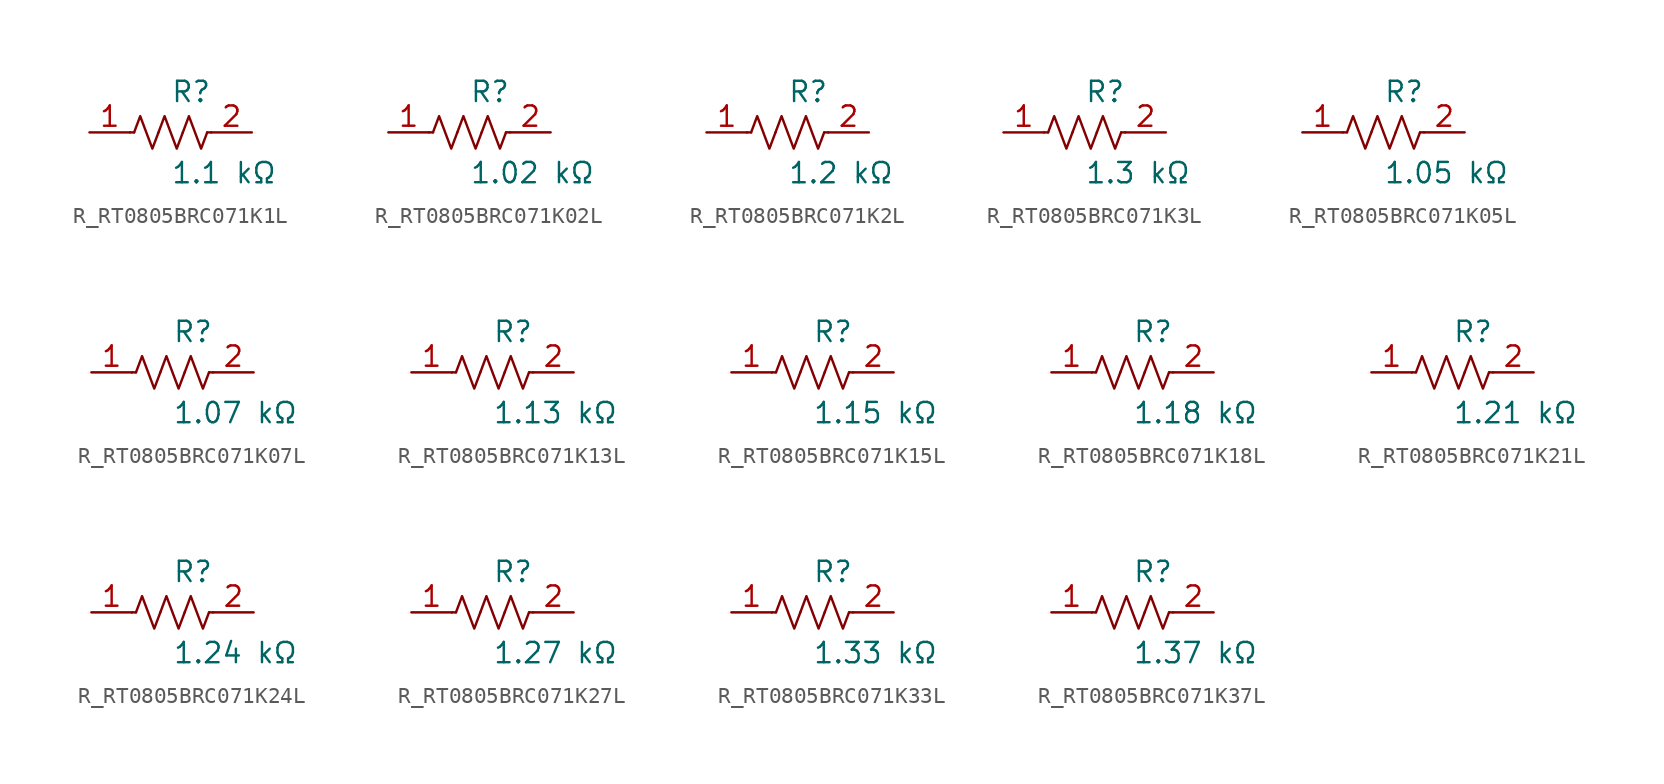
<source format=kicad_sym>
(kicad_symbol_lib
  (version 20231120)
  (generator kicad_symbol_editor)
  (generator_version 8.0)
  (symbol "R_RT0805BRC071K1L"
    (pin_names
      (offset 0.254))
    (property "Reference" "R"
      (at 0 2.54 0)
      (effects (font (size 1.27 1.27)) (justify left)))
    (property "Value" "1.1 kΩ"
      (at 0 -2.54 0)
      (effects (font (size 1.27 1.27)) (justify left)))
    (symbol "R_RT0805BRC071K1L_0_1"
      (polyline (pts (xy 2.286 0) (xy 2.54 0)) (stroke (width 0) (type default)) (fill (type none)))
      (polyline (pts (xy -2.286 0) (xy -2.54 0)) (stroke (width 0) (type default)) (fill (type none)))
      (polyline (pts (xy 0.762 0) (xy 1.143 1.016) (xy 1.524 0) (xy 1.905 -1.016) (xy 2.286 0)) (stroke (width 0) (type default)) (fill (type none)))
      (polyline (pts (xy -0.762 0) (xy -0.381 1.016) (xy 0 0) (xy 0.381 -1.016) (xy 0.762 0)) (stroke (width 0) (type default)) (fill (type none)))
      (polyline (pts (xy -2.286 0) (xy -1.905 1.016) (xy -1.524 0) (xy -1.143 -1.016) (xy -0.762 0)) (stroke (width 0) (type default)) (fill (type none))))
    (pin unspecified line
      (at -5.08 0 0)
      (length 2.54)
      (name "" (effects (font (size 1.27 1.27))))
      (number "1" (effects (font (size 1.27 1.27)))))
    (pin unspecified line
      (at 5.08 0 180)
      (length 2.54)
      (name "" (effects (font (size 1.27 1.27))))
      (number "2" (effects (font (size 1.27 1.27))))))
  (symbol "R_RT0805BRC071K02L"
    (pin_names
      (offset 0.254))
    (property "Reference" "R"
      (at 0 2.54 0)
      (effects (font (size 1.27 1.27)) (justify left)))
    (property "Value" "1.02 kΩ"
      (at 0 -2.54 0)
      (effects (font (size 1.27 1.27)) (justify left)))
    (symbol "R_RT0805BRC071K02L_0_1"
      (polyline (pts (xy 2.286 0) (xy 2.54 0)) (stroke (width 0) (type default)) (fill (type none)))
      (polyline (pts (xy -2.286 0) (xy -2.54 0)) (stroke (width 0) (type default)) (fill (type none)))
      (polyline (pts (xy 0.762 0) (xy 1.143 1.016) (xy 1.524 0) (xy 1.905 -1.016) (xy 2.286 0)) (stroke (width 0) (type default)) (fill (type none)))
      (polyline (pts (xy -0.762 0) (xy -0.381 1.016) (xy 0 0) (xy 0.381 -1.016) (xy 0.762 0)) (stroke (width 0) (type default)) (fill (type none)))
      (polyline (pts (xy -2.286 0) (xy -1.905 1.016) (xy -1.524 0) (xy -1.143 -1.016) (xy -0.762 0)) (stroke (width 0) (type default)) (fill (type none))))
    (pin unspecified line
      (at -5.08 0 0)
      (length 2.54)
      (name "" (effects (font (size 1.27 1.27))))
      (number "1" (effects (font (size 1.27 1.27)))))
    (pin unspecified line
      (at 5.08 0 180)
      (length 2.54)
      (name "" (effects (font (size 1.27 1.27))))
      (number "2" (effects (font (size 1.27 1.27))))))
  (symbol "R_RT0805BRC071K2L"
    (pin_names
      (offset 0.254))
    (property "Reference" "R"
      (at 0 2.54 0)
      (effects (font (size 1.27 1.27)) (justify left)))
    (property "Value" "1.2 kΩ"
      (at 0 -2.54 0)
      (effects (font (size 1.27 1.27)) (justify left)))
    (symbol "R_RT0805BRC071K2L_0_1"
      (polyline (pts (xy 2.286 0) (xy 2.54 0)) (stroke (width 0) (type default)) (fill (type none)))
      (polyline (pts (xy -2.286 0) (xy -2.54 0)) (stroke (width 0) (type default)) (fill (type none)))
      (polyline (pts (xy 0.762 0) (xy 1.143 1.016) (xy 1.524 0) (xy 1.905 -1.016) (xy 2.286 0)) (stroke (width 0) (type default)) (fill (type none)))
      (polyline (pts (xy -0.762 0) (xy -0.381 1.016) (xy 0 0) (xy 0.381 -1.016) (xy 0.762 0)) (stroke (width 0) (type default)) (fill (type none)))
      (polyline (pts (xy -2.286 0) (xy -1.905 1.016) (xy -1.524 0) (xy -1.143 -1.016) (xy -0.762 0)) (stroke (width 0) (type default)) (fill (type none))))
    (pin unspecified line
      (at -5.08 0 0)
      (length 2.54)
      (name "" (effects (font (size 1.27 1.27))))
      (number "1" (effects (font (size 1.27 1.27)))))
    (pin unspecified line
      (at 5.08 0 180)
      (length 2.54)
      (name "" (effects (font (size 1.27 1.27))))
      (number "2" (effects (font (size 1.27 1.27))))))
  (symbol "R_RT0805BRC071K3L"
    (pin_names
      (offset 0.254))
    (property "Reference" "R"
      (at 0 2.54 0)
      (effects (font (size 1.27 1.27)) (justify left)))
    (property "Value" "1.3 kΩ"
      (at 0 -2.54 0)
      (effects (font (size 1.27 1.27)) (justify left)))
    (symbol "R_RT0805BRC071K3L_0_1"
      (polyline (pts (xy 2.286 0) (xy 2.54 0)) (stroke (width 0) (type default)) (fill (type none)))
      (polyline (pts (xy -2.286 0) (xy -2.54 0)) (stroke (width 0) (type default)) (fill (type none)))
      (polyline (pts (xy 0.762 0) (xy 1.143 1.016) (xy 1.524 0) (xy 1.905 -1.016) (xy 2.286 0)) (stroke (width 0) (type default)) (fill (type none)))
      (polyline (pts (xy -0.762 0) (xy -0.381 1.016) (xy 0 0) (xy 0.381 -1.016) (xy 0.762 0)) (stroke (width 0) (type default)) (fill (type none)))
      (polyline (pts (xy -2.286 0) (xy -1.905 1.016) (xy -1.524 0) (xy -1.143 -1.016) (xy -0.762 0)) (stroke (width 0) (type default)) (fill (type none))))
    (pin unspecified line
      (at -5.08 0 0)
      (length 2.54)
      (name "" (effects (font (size 1.27 1.27))))
      (number "1" (effects (font (size 1.27 1.27)))))
    (pin unspecified line
      (at 5.08 0 180)
      (length 2.54)
      (name "" (effects (font (size 1.27 1.27))))
      (number "2" (effects (font (size 1.27 1.27))))))
  (symbol "R_RT0805BRC071K05L"
    (pin_names
      (offset 0.254))
    (property "Reference" "R"
      (at 0 2.54 0)
      (effects (font (size 1.27 1.27)) (justify left)))
    (property "Value" "1.05 kΩ"
      (at 0 -2.54 0)
      (effects (font (size 1.27 1.27)) (justify left)))
    (symbol "R_RT0805BRC071K05L_0_1"
      (polyline (pts (xy 2.286 0) (xy 2.54 0)) (stroke (width 0) (type default)) (fill (type none)))
      (polyline (pts (xy -2.286 0) (xy -2.54 0)) (stroke (width 0) (type default)) (fill (type none)))
      (polyline (pts (xy 0.762 0) (xy 1.143 1.016) (xy 1.524 0) (xy 1.905 -1.016) (xy 2.286 0)) (stroke (width 0) (type default)) (fill (type none)))
      (polyline (pts (xy -0.762 0) (xy -0.381 1.016) (xy 0 0) (xy 0.381 -1.016) (xy 0.762 0)) (stroke (width 0) (type default)) (fill (type none)))
      (polyline (pts (xy -2.286 0) (xy -1.905 1.016) (xy -1.524 0) (xy -1.143 -1.016) (xy -0.762 0)) (stroke (width 0) (type default)) (fill (type none))))
    (pin unspecified line
      (at -5.08 0 0)
      (length 2.54)
      (name "" (effects (font (size 1.27 1.27))))
      (number "1" (effects (font (size 1.27 1.27)))))
    (pin unspecified line
      (at 5.08 0 180)
      (length 2.54)
      (name "" (effects (font (size 1.27 1.27))))
      (number "2" (effects (font (size 1.27 1.27))))))
  (symbol "R_RT0805BRC071K07L"
    (pin_names
      (offset 0.254))
    (property "Reference" "R"
      (at 0 2.54 0)
      (effects (font (size 1.27 1.27)) (justify left)))
    (property "Value" "1.07 kΩ"
      (at 0 -2.54 0)
      (effects (font (size 1.27 1.27)) (justify left)))
    (symbol "R_RT0805BRC071K07L_0_1"
      (polyline (pts (xy 2.286 0) (xy 2.54 0)) (stroke (width 0) (type default)) (fill (type none)))
      (polyline (pts (xy -2.286 0) (xy -2.54 0)) (stroke (width 0) (type default)) (fill (type none)))
      (polyline (pts (xy 0.762 0) (xy 1.143 1.016) (xy 1.524 0) (xy 1.905 -1.016) (xy 2.286 0)) (stroke (width 0) (type default)) (fill (type none)))
      (polyline (pts (xy -0.762 0) (xy -0.381 1.016) (xy 0 0) (xy 0.381 -1.016) (xy 0.762 0)) (stroke (width 0) (type default)) (fill (type none)))
      (polyline (pts (xy -2.286 0) (xy -1.905 1.016) (xy -1.524 0) (xy -1.143 -1.016) (xy -0.762 0)) (stroke (width 0) (type default)) (fill (type none))))
    (pin unspecified line
      (at -5.08 0 0)
      (length 2.54)
      (name "" (effects (font (size 1.27 1.27))))
      (number "1" (effects (font (size 1.27 1.27)))))
    (pin unspecified line
      (at 5.08 0 180)
      (length 2.54)
      (name "" (effects (font (size 1.27 1.27))))
      (number "2" (effects (font (size 1.27 1.27))))))
  (symbol "R_RT0805BRC071K13L"
    (pin_names
      (offset 0.254))
    (property "Reference" "R"
      (at 0 2.54 0)
      (effects (font (size 1.27 1.27)) (justify left)))
    (property "Value" "1.13 kΩ"
      (at 0 -2.54 0)
      (effects (font (size 1.27 1.27)) (justify left)))
    (symbol "R_RT0805BRC071K13L_0_1"
      (polyline (pts (xy 2.286 0) (xy 2.54 0)) (stroke (width 0) (type default)) (fill (type none)))
      (polyline (pts (xy -2.286 0) (xy -2.54 0)) (stroke (width 0) (type default)) (fill (type none)))
      (polyline (pts (xy 0.762 0) (xy 1.143 1.016) (xy 1.524 0) (xy 1.905 -1.016) (xy 2.286 0)) (stroke (width 0) (type default)) (fill (type none)))
      (polyline (pts (xy -0.762 0) (xy -0.381 1.016) (xy 0 0) (xy 0.381 -1.016) (xy 0.762 0)) (stroke (width 0) (type default)) (fill (type none)))
      (polyline (pts (xy -2.286 0) (xy -1.905 1.016) (xy -1.524 0) (xy -1.143 -1.016) (xy -0.762 0)) (stroke (width 0) (type default)) (fill (type none))))
    (pin unspecified line
      (at -5.08 0 0)
      (length 2.54)
      (name "" (effects (font (size 1.27 1.27))))
      (number "1" (effects (font (size 1.27 1.27)))))
    (pin unspecified line
      (at 5.08 0 180)
      (length 2.54)
      (name "" (effects (font (size 1.27 1.27))))
      (number "2" (effects (font (size 1.27 1.27))))))
  (symbol "R_RT0805BRC071K15L"
    (pin_names
      (offset 0.254))
    (property "Reference" "R"
      (at 0 2.54 0)
      (effects (font (size 1.27 1.27)) (justify left)))
    (property "Value" "1.15 kΩ"
      (at 0 -2.54 0)
      (effects (font (size 1.27 1.27)) (justify left)))
    (symbol "R_RT0805BRC071K15L_0_1"
      (polyline (pts (xy 2.286 0) (xy 2.54 0)) (stroke (width 0) (type default)) (fill (type none)))
      (polyline (pts (xy -2.286 0) (xy -2.54 0)) (stroke (width 0) (type default)) (fill (type none)))
      (polyline (pts (xy 0.762 0) (xy 1.143 1.016) (xy 1.524 0) (xy 1.905 -1.016) (xy 2.286 0)) (stroke (width 0) (type default)) (fill (type none)))
      (polyline (pts (xy -0.762 0) (xy -0.381 1.016) (xy 0 0) (xy 0.381 -1.016) (xy 0.762 0)) (stroke (width 0) (type default)) (fill (type none)))
      (polyline (pts (xy -2.286 0) (xy -1.905 1.016) (xy -1.524 0) (xy -1.143 -1.016) (xy -0.762 0)) (stroke (width 0) (type default)) (fill (type none))))
    (pin unspecified line
      (at -5.08 0 0)
      (length 2.54)
      (name "" (effects (font (size 1.27 1.27))))
      (number "1" (effects (font (size 1.27 1.27)))))
    (pin unspecified line
      (at 5.08 0 180)
      (length 2.54)
      (name "" (effects (font (size 1.27 1.27))))
      (number "2" (effects (font (size 1.27 1.27))))))
  (symbol "R_RT0805BRC071K18L"
    (pin_names
      (offset 0.254))
    (property "Reference" "R"
      (at 0 2.54 0)
      (effects (font (size 1.27 1.27)) (justify left)))
    (property "Value" "1.18 kΩ"
      (at 0 -2.54 0)
      (effects (font (size 1.27 1.27)) (justify left)))
    (symbol "R_RT0805BRC071K18L_0_1"
      (polyline (pts (xy 2.286 0) (xy 2.54 0)) (stroke (width 0) (type default)) (fill (type none)))
      (polyline (pts (xy -2.286 0) (xy -2.54 0)) (stroke (width 0) (type default)) (fill (type none)))
      (polyline (pts (xy 0.762 0) (xy 1.143 1.016) (xy 1.524 0) (xy 1.905 -1.016) (xy 2.286 0)) (stroke (width 0) (type default)) (fill (type none)))
      (polyline (pts (xy -0.762 0) (xy -0.381 1.016) (xy 0 0) (xy 0.381 -1.016) (xy 0.762 0)) (stroke (width 0) (type default)) (fill (type none)))
      (polyline (pts (xy -2.286 0) (xy -1.905 1.016) (xy -1.524 0) (xy -1.143 -1.016) (xy -0.762 0)) (stroke (width 0) (type default)) (fill (type none))))
    (pin unspecified line
      (at -5.08 0 0)
      (length 2.54)
      (name "" (effects (font (size 1.27 1.27))))
      (number "1" (effects (font (size 1.27 1.27)))))
    (pin unspecified line
      (at 5.08 0 180)
      (length 2.54)
      (name "" (effects (font (size 1.27 1.27))))
      (number "2" (effects (font (size 1.27 1.27))))))
  (symbol "R_RT0805BRC071K21L"
    (pin_names
      (offset 0.254))
    (property "Reference" "R"
      (at 0 2.54 0)
      (effects (font (size 1.27 1.27)) (justify left)))
    (property "Value" "1.21 kΩ"
      (at 0 -2.54 0)
      (effects (font (size 1.27 1.27)) (justify left)))
    (symbol "R_RT0805BRC071K21L_0_1"
      (polyline (pts (xy 2.286 0) (xy 2.54 0)) (stroke (width 0) (type default)) (fill (type none)))
      (polyline (pts (xy -2.286 0) (xy -2.54 0)) (stroke (width 0) (type default)) (fill (type none)))
      (polyline (pts (xy 0.762 0) (xy 1.143 1.016) (xy 1.524 0) (xy 1.905 -1.016) (xy 2.286 0)) (stroke (width 0) (type default)) (fill (type none)))
      (polyline (pts (xy -0.762 0) (xy -0.381 1.016) (xy 0 0) (xy 0.381 -1.016) (xy 0.762 0)) (stroke (width 0) (type default)) (fill (type none)))
      (polyline (pts (xy -2.286 0) (xy -1.905 1.016) (xy -1.524 0) (xy -1.143 -1.016) (xy -0.762 0)) (stroke (width 0) (type default)) (fill (type none))))
    (pin unspecified line
      (at -5.08 0 0)
      (length 2.54)
      (name "" (effects (font (size 1.27 1.27))))
      (number "1" (effects (font (size 1.27 1.27)))))
    (pin unspecified line
      (at 5.08 0 180)
      (length 2.54)
      (name "" (effects (font (size 1.27 1.27))))
      (number "2" (effects (font (size 1.27 1.27))))))
  (symbol "R_RT0805BRC071K24L"
    (pin_names
      (offset 0.254))
    (property "Reference" "R"
      (at 0 2.54 0)
      (effects (font (size 1.27 1.27)) (justify left)))
    (property "Value" "1.24 kΩ"
      (at 0 -2.54 0)
      (effects (font (size 1.27 1.27)) (justify left)))
    (symbol "R_RT0805BRC071K24L_0_1"
      (polyline (pts (xy 2.286 0) (xy 2.54 0)) (stroke (width 0) (type default)) (fill (type none)))
      (polyline (pts (xy -2.286 0) (xy -2.54 0)) (stroke (width 0) (type default)) (fill (type none)))
      (polyline (pts (xy 0.762 0) (xy 1.143 1.016) (xy 1.524 0) (xy 1.905 -1.016) (xy 2.286 0)) (stroke (width 0) (type default)) (fill (type none)))
      (polyline (pts (xy -0.762 0) (xy -0.381 1.016) (xy 0 0) (xy 0.381 -1.016) (xy 0.762 0)) (stroke (width 0) (type default)) (fill (type none)))
      (polyline (pts (xy -2.286 0) (xy -1.905 1.016) (xy -1.524 0) (xy -1.143 -1.016) (xy -0.762 0)) (stroke (width 0) (type default)) (fill (type none))))
    (pin unspecified line
      (at -5.08 0 0)
      (length 2.54)
      (name "" (effects (font (size 1.27 1.27))))
      (number "1" (effects (font (size 1.27 1.27)))))
    (pin unspecified line
      (at 5.08 0 180)
      (length 2.54)
      (name "" (effects (font (size 1.27 1.27))))
      (number "2" (effects (font (size 1.27 1.27))))))
  (symbol "R_RT0805BRC071K27L"
    (pin_names
      (offset 0.254))
    (property "Reference" "R"
      (at 0 2.54 0)
      (effects (font (size 1.27 1.27)) (justify left)))
    (property "Value" "1.27 kΩ"
      (at 0 -2.54 0)
      (effects (font (size 1.27 1.27)) (justify left)))
    (symbol "R_RT0805BRC071K27L_0_1"
      (polyline (pts (xy 2.286 0) (xy 2.54 0)) (stroke (width 0) (type default)) (fill (type none)))
      (polyline (pts (xy -2.286 0) (xy -2.54 0)) (stroke (width 0) (type default)) (fill (type none)))
      (polyline (pts (xy 0.762 0) (xy 1.143 1.016) (xy 1.524 0) (xy 1.905 -1.016) (xy 2.286 0)) (stroke (width 0) (type default)) (fill (type none)))
      (polyline (pts (xy -0.762 0) (xy -0.381 1.016) (xy 0 0) (xy 0.381 -1.016) (xy 0.762 0)) (stroke (width 0) (type default)) (fill (type none)))
      (polyline (pts (xy -2.286 0) (xy -1.905 1.016) (xy -1.524 0) (xy -1.143 -1.016) (xy -0.762 0)) (stroke (width 0) (type default)) (fill (type none))))
    (pin unspecified line
      (at -5.08 0 0)
      (length 2.54)
      (name "" (effects (font (size 1.27 1.27))))
      (number "1" (effects (font (size 1.27 1.27)))))
    (pin unspecified line
      (at 5.08 0 180)
      (length 2.54)
      (name "" (effects (font (size 1.27 1.27))))
      (number "2" (effects (font (size 1.27 1.27))))))
  (symbol "R_RT0805BRC071K33L"
    (pin_names
      (offset 0.254))
    (property "Reference" "R"
      (at 0 2.54 0)
      (effects (font (size 1.27 1.27)) (justify left)))
    (property "Value" "1.33 kΩ"
      (at 0 -2.54 0)
      (effects (font (size 1.27 1.27)) (justify left)))
    (symbol "R_RT0805BRC071K33L_0_1"
      (polyline (pts (xy 2.286 0) (xy 2.54 0)) (stroke (width 0) (type default)) (fill (type none)))
      (polyline (pts (xy -2.286 0) (xy -2.54 0)) (stroke (width 0) (type default)) (fill (type none)))
      (polyline (pts (xy 0.762 0) (xy 1.143 1.016) (xy 1.524 0) (xy 1.905 -1.016) (xy 2.286 0)) (stroke (width 0) (type default)) (fill (type none)))
      (polyline (pts (xy -0.762 0) (xy -0.381 1.016) (xy 0 0) (xy 0.381 -1.016) (xy 0.762 0)) (stroke (width 0) (type default)) (fill (type none)))
      (polyline (pts (xy -2.286 0) (xy -1.905 1.016) (xy -1.524 0) (xy -1.143 -1.016) (xy -0.762 0)) (stroke (width 0) (type default)) (fill (type none))))
    (pin unspecified line
      (at -5.08 0 0)
      (length 2.54)
      (name "" (effects (font (size 1.27 1.27))))
      (number "1" (effects (font (size 1.27 1.27)))))
    (pin unspecified line
      (at 5.08 0 180)
      (length 2.54)
      (name "" (effects (font (size 1.27 1.27))))
      (number "2" (effects (font (size 1.27 1.27))))))
  (symbol "R_RT0805BRC071K37L"
    (pin_names
      (offset 0.254))
    (property "Reference" "R"
      (at 0 2.54 0)
      (effects (font (size 1.27 1.27)) (justify left)))
    (property "Value" "1.37 kΩ"
      (at 0 -2.54 0)
      (effects (font (size 1.27 1.27)) (justify left)))
    (symbol "R_RT0805BRC071K37L_0_1"
      (polyline (pts (xy 2.286 0) (xy 2.54 0)) (stroke (width 0) (type default)) (fill (type none)))
      (polyline (pts (xy -2.286 0) (xy -2.54 0)) (stroke (width 0) (type default)) (fill (type none)))
      (polyline (pts (xy 0.762 0) (xy 1.143 1.016) (xy 1.524 0) (xy 1.905 -1.016) (xy 2.286 0)) (stroke (width 0) (type default)) (fill (type none)))
      (polyline (pts (xy -0.762 0) (xy -0.381 1.016) (xy 0 0) (xy 0.381 -1.016) (xy 0.762 0)) (stroke (width 0) (type default)) (fill (type none)))
      (polyline (pts (xy -2.286 0) (xy -1.905 1.016) (xy -1.524 0) (xy -1.143 -1.016) (xy -0.762 0)) (stroke (width 0) (type default)) (fill (type none))))
    (pin unspecified line
      (at -5.08 0 0)
      (length 2.54)
      (name "" (effects (font (size 1.27 1.27))))
      (number "1" (effects (font (size 1.27 1.27)))))
    (pin unspecified line
      (at 5.08 0 180)
      (length 2.54)
      (name "" (effects (font (size 1.27 1.27))))
      (number "2" (effects (font (size 1.27 1.27)))))))
</source>
